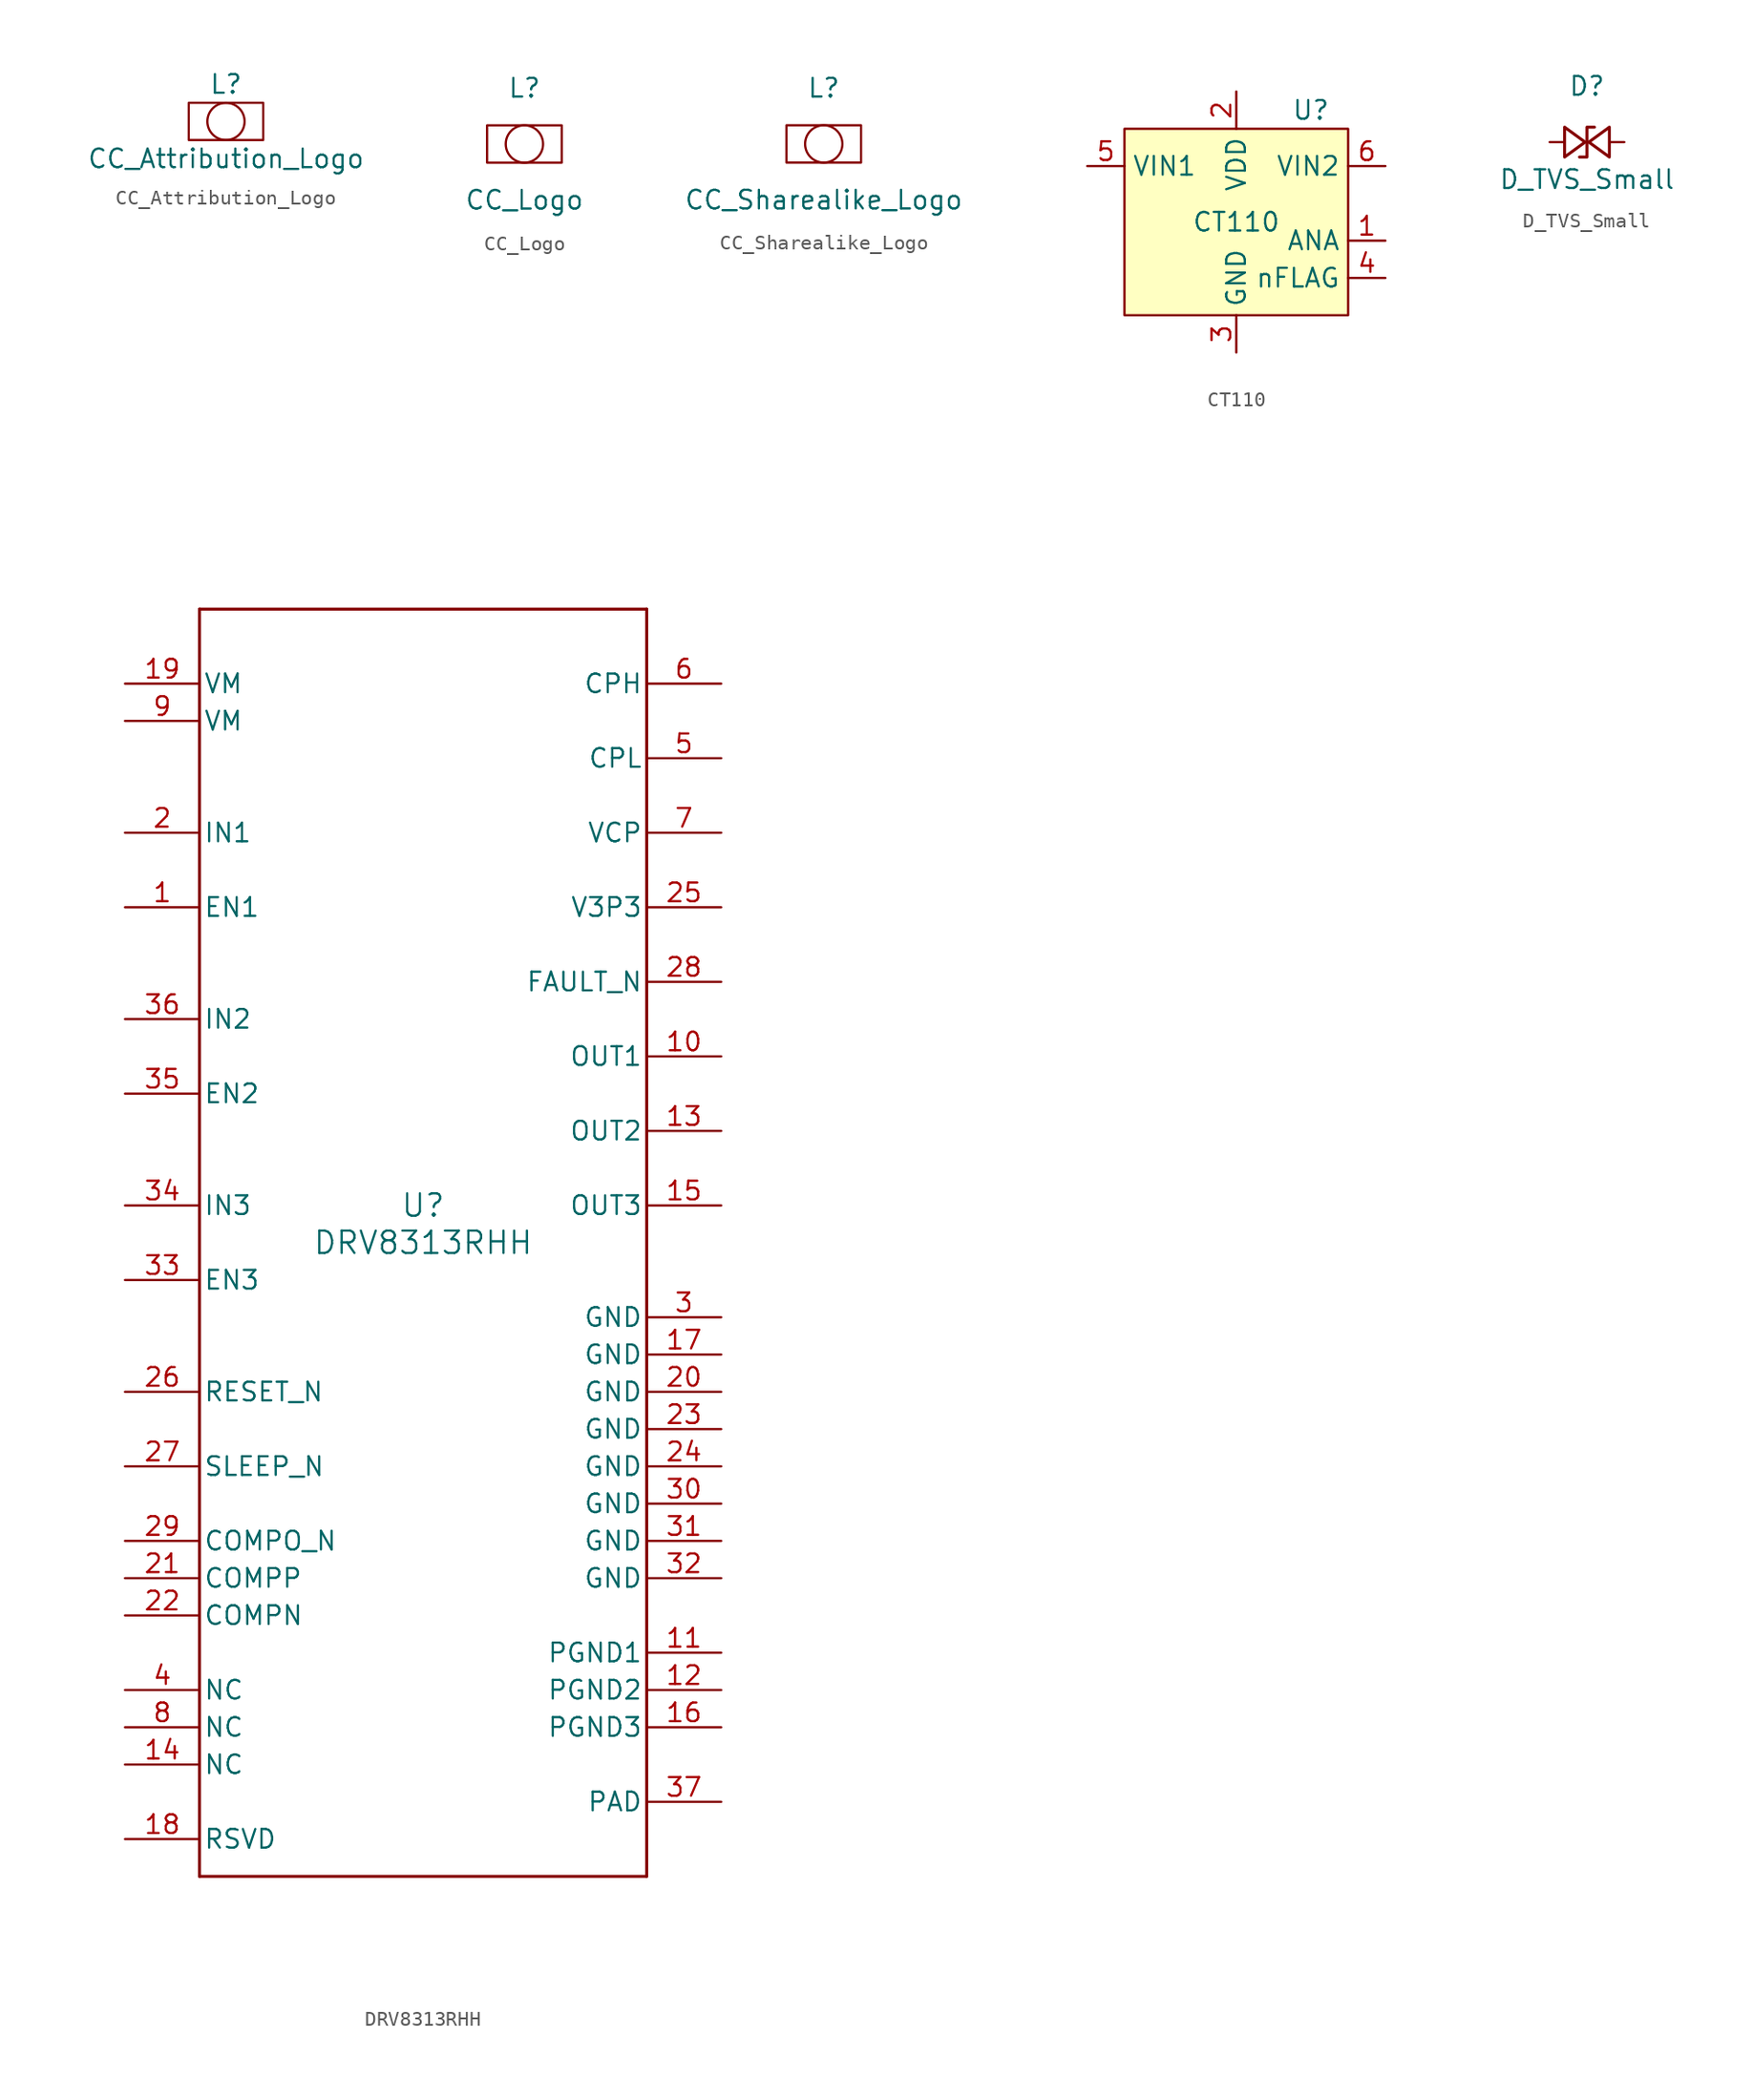
<source format=kicad_sym>
(kicad_symbol_lib
  (version 20231120)
  (generator "kicad_symbol_editor")
  (generator_version "8.0")
  (symbol "CC_Attribution_Logo"
    (property "Reference" "L"
      (at 0 2.54 0)
      (effects (font (size 1.27 1.27))))
    (property "Value" "CC_Attribution_Logo"
      (at 0 -2.54 0)
      (effects (font (size 1.27 1.27))))
    (symbol "CC_Attribution_Logo_0_1"
      (rectangle (start -2.54 1.27) (end 2.54 -1.27) (stroke (width 0.152) (type default)) (fill (type none)))
      (circle (center 0 0) (radius 1.27) (stroke (width 0.152) (type default)) (fill (type none)))))
  (symbol "CC_Logo"
    (property "Reference" "L"
      (at 0 3.81 0)
      (effects (font (size 1.27 1.27))))
    (property "Value" "CC_Logo"
      (at 0 -3.81 0)
      (effects (font (size 1.27 1.27))))
    (symbol "CC_Logo_0_1"
      (rectangle (start -2.54 1.27) (end 2.54 -1.27) (stroke (width 0.152) (type default)) (fill (type none)))
      (circle (center 0 0) (radius 1.27) (stroke (width 0.152) (type default)) (fill (type none)))))
  (symbol "CC_Sharealike_Logo"
    (property "Reference" "L"
      (at 0 3.81 0)
      (effects (font (size 1.27 1.27))))
    (property "Value" "CC_Sharealike_Logo"
      (at 0 -3.81 0)
      (effects (font (size 1.27 1.27))))
    (symbol "CC_Sharealike_Logo_0_1"
      (rectangle (start -2.54 1.27) (end 2.54 -1.27) (stroke (width 0.152) (type default)) (fill (type none)))
      (circle (center 0 0) (radius 1.27) (stroke (width 0.152) (type default)) (fill (type none)))))
  (symbol "CT110"
    (property "Reference" "U"
      (at 5.08 7.62 0)
      (effects (font (size 1.27 1.27))))
    (property "Value" "CT110"
      (at 0 0 0)
      (effects (font (size 1.27 1.27))))
    (symbol "CT110_0_0"
      (pin output line (at 10.16 -1.27 180) (length 2.54) (name "ANA" (effects (font (size 1.27 1.27)))) (number "1" (effects (font (size 1.27 1.27)))))
      (pin power_in line (at 0 8.89 270) (length 2.54) (name "VDD" (effects (font (size 1.27 1.27)))) (number "2" (effects (font (size 1.27 1.27)))))
      (pin unspecified line (at 0 -8.89 90) (length 2.54) (name "GND" (effects (font (size 1.27 1.27)))) (number "3" (effects (font (size 1.27 1.27)))))
      (pin output line (at 10.16 -3.81 180) (length 2.54) (name "nFLAG" (effects (font (size 1.27 1.27)))) (number "4" (effects (font (size 1.27 1.27))))))
    (symbol "CT110_1_0"
      (pin unspecified line (at -10.16 3.81 0) (length 2.54) (name "VIN1" (effects (font (size 1.27 1.27)))) (number "5" (effects (font (size 1.27 1.27)))))
      (pin unspecified line (at 10.16 3.81 180) (length 2.54) (name "VIN2" (effects (font (size 1.27 1.27)))) (number "6" (effects (font (size 1.27 1.27))))))
    (symbol "CT110_1_1"
      (rectangle (start -7.62 6.35) (end 7.62 -6.35) (stroke (width 0) (type default)) (fill (type background)))))
  (symbol "D_TVS_Small"
    (pin_numbers hide)
    (pin_names hide)
    (property "Reference" "D"
      (at 0 3.81 0)
      (effects (font (size 1.27 1.27))))
    (property "Value" "D_TVS_Small"
      (at 0 -2.54 0)
      (effects (font (size 1.27 1.27))))
    (symbol "D_TVS_Small_0_0"
      (pin passive line (at -2.54 0 0) (length 1) (name "" (effects (font (size 1.27 1.27)))) (number "1" (effects (font (size 1.27 1.27)))))
      (pin passive line (at 2.54 0 180) (length 1) (name "" (effects (font (size 1.27 1.27)))) (number "2" (effects (font (size 1.27 1.27))))))
    (symbol "D_TVS_Small_0_1"
      (polyline (pts (xy 0 0) (xy 0 -1.016) (xy -0.508 -1.016)) (stroke (width 0.203) (type default)) (fill (type none)))
      (polyline (pts (xy 0 0) (xy 0 1.016) (xy 0.508 1.016)) (stroke (width 0.203) (type default)) (fill (type none)))
      (polyline (pts (xy -1.524 1.016) (xy -1.524 -1.016) (xy -0.127 0) (xy -1.524 1.016)) (stroke (width 0.203) (type default)) (fill (type none)))
      (polyline (pts (xy 1.524 -1.016) (xy 1.524 1.016) (xy 0.127 0) (xy 1.524 -1.016)) (stroke (width 0.203) (type default)) (fill (type none)))))
  (symbol "DRV8313RHH"
    (pin_names
      (offset 0.254))
    (property "Reference" "U"
      (at 0 2.54 0)
      (effects (font (size 1.524 1.524))))
    (property "Value" "DRV8313RHH"
      (at 0 0 0)
      (effects (font (size 1.524 1.524))))
    (property "ki_locked" ""
      (at 0 0 0)
      (effects (font (size 1.27 1.27))))
    (symbol "DRV8313RHH_0_1"
      (polyline (pts (xy -15.24 -43.18) (xy 15.24 -43.18)) (stroke (width 0.203) (type default)) (fill (type none)))
      (polyline (pts (xy -15.24 43.18) (xy -15.24 -43.18)) (stroke (width 0.203) (type default)) (fill (type none)))
      (polyline (pts (xy 15.24 -43.18) (xy 15.24 43.18)) (stroke (width 0.203) (type default)) (fill (type none)))
      (polyline (pts (xy 15.24 43.18) (xy -15.24 43.18)) (stroke (width 0.203) (type default)) (fill (type none)))
      (pin input line (at -20.32 22.86 0) (length 5.08) (name "EN1" (effects (font (size 1.27 1.27)))) (number "1" (effects (font (size 1.27 1.27)))))
      (pin output line (at 20.32 12.7 180) (length 5.08) (name "OUT1" (effects (font (size 1.27 1.27)))) (number "10" (effects (font (size 1.27 1.27)))))
      (pin power_in line (at 20.32 -27.94 180) (length 5.08) (name "PGND1" (effects (font (size 1.27 1.27)))) (number "11" (effects (font (size 1.27 1.27)))))
      (pin power_in line (at 20.32 -30.48 180) (length 5.08) (name "PGND2" (effects (font (size 1.27 1.27)))) (number "12" (effects (font (size 1.27 1.27)))))
      (pin output line (at 20.32 7.62 180) (length 5.08) (name "OUT2" (effects (font (size 1.27 1.27)))) (number "13" (effects (font (size 1.27 1.27)))))
      (pin unspecified line (at -20.32 -35.56 0) (length 5.08) (name "NC" (effects (font (size 1.27 1.27)))) (number "14" (effects (font (size 1.27 1.27)))))
      (pin output line (at 20.32 2.54 180) (length 5.08) (name "OUT3" (effects (font (size 1.27 1.27)))) (number "15" (effects (font (size 1.27 1.27)))))
      (pin power_in line (at 20.32 -33.02 180) (length 5.08) (name "PGND3" (effects (font (size 1.27 1.27)))) (number "16" (effects (font (size 1.27 1.27)))))
      (pin power_in line (at 20.32 -7.62 180) (length 5.08) (name "GND" (effects (font (size 1.27 1.27)))) (number "17" (effects (font (size 1.27 1.27)))))
      (pin unspecified line (at -20.32 -40.64 0) (length 5.08) (name "RSVD" (effects (font (size 1.27 1.27)))) (number "18" (effects (font (size 1.27 1.27)))))
      (pin power_in line (at -20.32 38.1 0) (length 5.08) (name "VM" (effects (font (size 1.27 1.27)))) (number "19" (effects (font (size 1.27 1.27)))))
      (pin input line (at -20.32 27.94 0) (length 5.08) (name "IN1" (effects (font (size 1.27 1.27)))) (number "2" (effects (font (size 1.27 1.27)))))
      (pin power_in line (at 20.32 -10.16 180) (length 5.08) (name "GND" (effects (font (size 1.27 1.27)))) (number "20" (effects (font (size 1.27 1.27)))))
      (pin input line (at -20.32 -22.86 0) (length 5.08) (name "COMPP" (effects (font (size 1.27 1.27)))) (number "21" (effects (font (size 1.27 1.27)))))
      (pin input line (at -20.32 -25.4 0) (length 5.08) (name "COMPN" (effects (font (size 1.27 1.27)))) (number "22" (effects (font (size 1.27 1.27)))))
      (pin power_in line (at 20.32 -12.7 180) (length 5.08) (name "GND" (effects (font (size 1.27 1.27)))) (number "23" (effects (font (size 1.27 1.27)))))
      (pin power_in line (at 20.32 -15.24 180) (length 5.08) (name "GND" (effects (font (size 1.27 1.27)))) (number "24" (effects (font (size 1.27 1.27)))))
      (pin power_in line (at 20.32 22.86 180) (length 5.08) (name "V3P3" (effects (font (size 1.27 1.27)))) (number "25" (effects (font (size 1.27 1.27)))))
      (pin input line (at -20.32 -10.16 0) (length 5.08) (name "RESET_N" (effects (font (size 1.27 1.27)))) (number "26" (effects (font (size 1.27 1.27)))))
      (pin input line (at -20.32 -15.24 0) (length 5.08) (name "SLEEP_N" (effects (font (size 1.27 1.27)))) (number "27" (effects (font (size 1.27 1.27)))))
      (pin open_collector line (at 20.32 17.78 180) (length 5.08) (name "FAULT_N" (effects (font (size 1.27 1.27)))) (number "28" (effects (font (size 1.27 1.27)))))
      (pin open_collector line (at -20.32 -20.32 0) (length 5.08) (name "COMPO_N" (effects (font (size 1.27 1.27)))) (number "29" (effects (font (size 1.27 1.27)))))
      (pin power_in line (at 20.32 -5.08 180) (length 5.08) (name "GND" (effects (font (size 1.27 1.27)))) (number "3" (effects (font (size 1.27 1.27)))))
      (pin power_in line (at 20.32 -17.78 180) (length 5.08) (name "GND" (effects (font (size 1.27 1.27)))) (number "30" (effects (font (size 1.27 1.27)))))
      (pin power_in line (at 20.32 -20.32 180) (length 5.08) (name "GND" (effects (font (size 1.27 1.27)))) (number "31" (effects (font (size 1.27 1.27)))))
      (pin power_in line (at 20.32 -22.86 180) (length 5.08) (name "GND" (effects (font (size 1.27 1.27)))) (number "32" (effects (font (size 1.27 1.27)))))
      (pin input line (at -20.32 -2.54 0) (length 5.08) (name "EN3" (effects (font (size 1.27 1.27)))) (number "33" (effects (font (size 1.27 1.27)))))
      (pin input line (at -20.32 2.54 0) (length 5.08) (name "IN3" (effects (font (size 1.27 1.27)))) (number "34" (effects (font (size 1.27 1.27)))))
      (pin input line (at -20.32 10.16 0) (length 5.08) (name "EN2" (effects (font (size 1.27 1.27)))) (number "35" (effects (font (size 1.27 1.27)))))
      (pin input line (at -20.32 15.24 0) (length 5.08) (name "IN2" (effects (font (size 1.27 1.27)))) (number "36" (effects (font (size 1.27 1.27)))))
      (pin power_in line (at 20.32 -38.1 180) (length 5.08) (name "PAD" (effects (font (size 1.27 1.27)))) (number "37" (effects (font (size 1.27 1.27)))))
      (pin unspecified line (at -20.32 -30.48 0) (length 5.08) (name "NC" (effects (font (size 1.27 1.27)))) (number "4" (effects (font (size 1.27 1.27)))))
      (pin bidirectional line (at 20.32 33.02 180) (length 5.08) (name "CPL" (effects (font (size 1.27 1.27)))) (number "5" (effects (font (size 1.27 1.27)))))
      (pin bidirectional line (at 20.32 38.1 180) (length 5.08) (name "CPH" (effects (font (size 1.27 1.27)))) (number "6" (effects (font (size 1.27 1.27)))))
      (pin bidirectional line (at 20.32 27.94 180) (length 5.08) (name "VCP" (effects (font (size 1.27 1.27)))) (number "7" (effects (font (size 1.27 1.27)))))
      (pin unspecified line (at -20.32 -33.02 0) (length 5.08) (name "NC" (effects (font (size 1.27 1.27)))) (number "8" (effects (font (size 1.27 1.27)))))
      (pin power_in line (at -20.32 35.56 0) (length 5.08) (name "VM" (effects (font (size 1.27 1.27)))) (number "9" (effects (font (size 1.27 1.27))))))))
</source>
